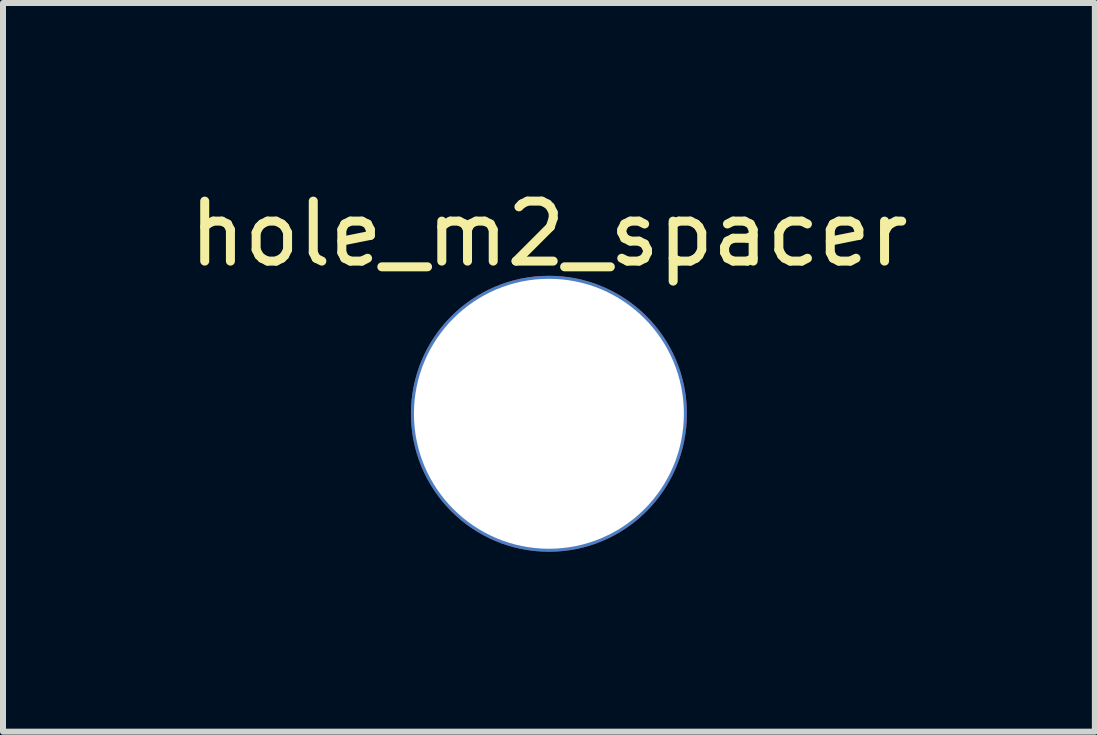
<source format=kicad_pcb>
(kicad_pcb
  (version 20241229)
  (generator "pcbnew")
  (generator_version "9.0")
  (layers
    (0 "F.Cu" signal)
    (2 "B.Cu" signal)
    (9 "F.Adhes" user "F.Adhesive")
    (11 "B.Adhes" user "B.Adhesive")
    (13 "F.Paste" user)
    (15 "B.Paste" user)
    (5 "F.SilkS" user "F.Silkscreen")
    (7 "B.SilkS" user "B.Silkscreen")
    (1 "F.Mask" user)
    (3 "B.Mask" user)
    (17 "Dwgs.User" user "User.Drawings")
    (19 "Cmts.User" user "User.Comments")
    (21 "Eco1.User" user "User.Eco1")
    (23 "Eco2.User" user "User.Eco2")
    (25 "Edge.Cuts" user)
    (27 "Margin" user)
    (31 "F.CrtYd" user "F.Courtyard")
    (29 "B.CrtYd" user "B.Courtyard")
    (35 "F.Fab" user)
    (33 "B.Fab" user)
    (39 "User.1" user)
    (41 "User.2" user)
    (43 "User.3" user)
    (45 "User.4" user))
  (footprint "hole_m2_spacer"
    (layer "F.Cu")
    (at 6.101 3.848)
    (property "Reference" "hole_m2_spacer" (at 0 -3 0) (layer "F.SilkS") (effects (font (size 1 1) (thickness 0.15))))
    (attr through_hole)
    (pad "" np_thru_hole circle (at 0 0) (size 4.6 4.6) (drill 4.5) (layers "*.Cu" "*.Mask")))
  (gr_rect
    (start -3 -3)
    (end 15.202 9.148)
    (stroke (width 0.1) (type default))
    (fill no)
    (layer "Edge.Cuts")))
</source>
